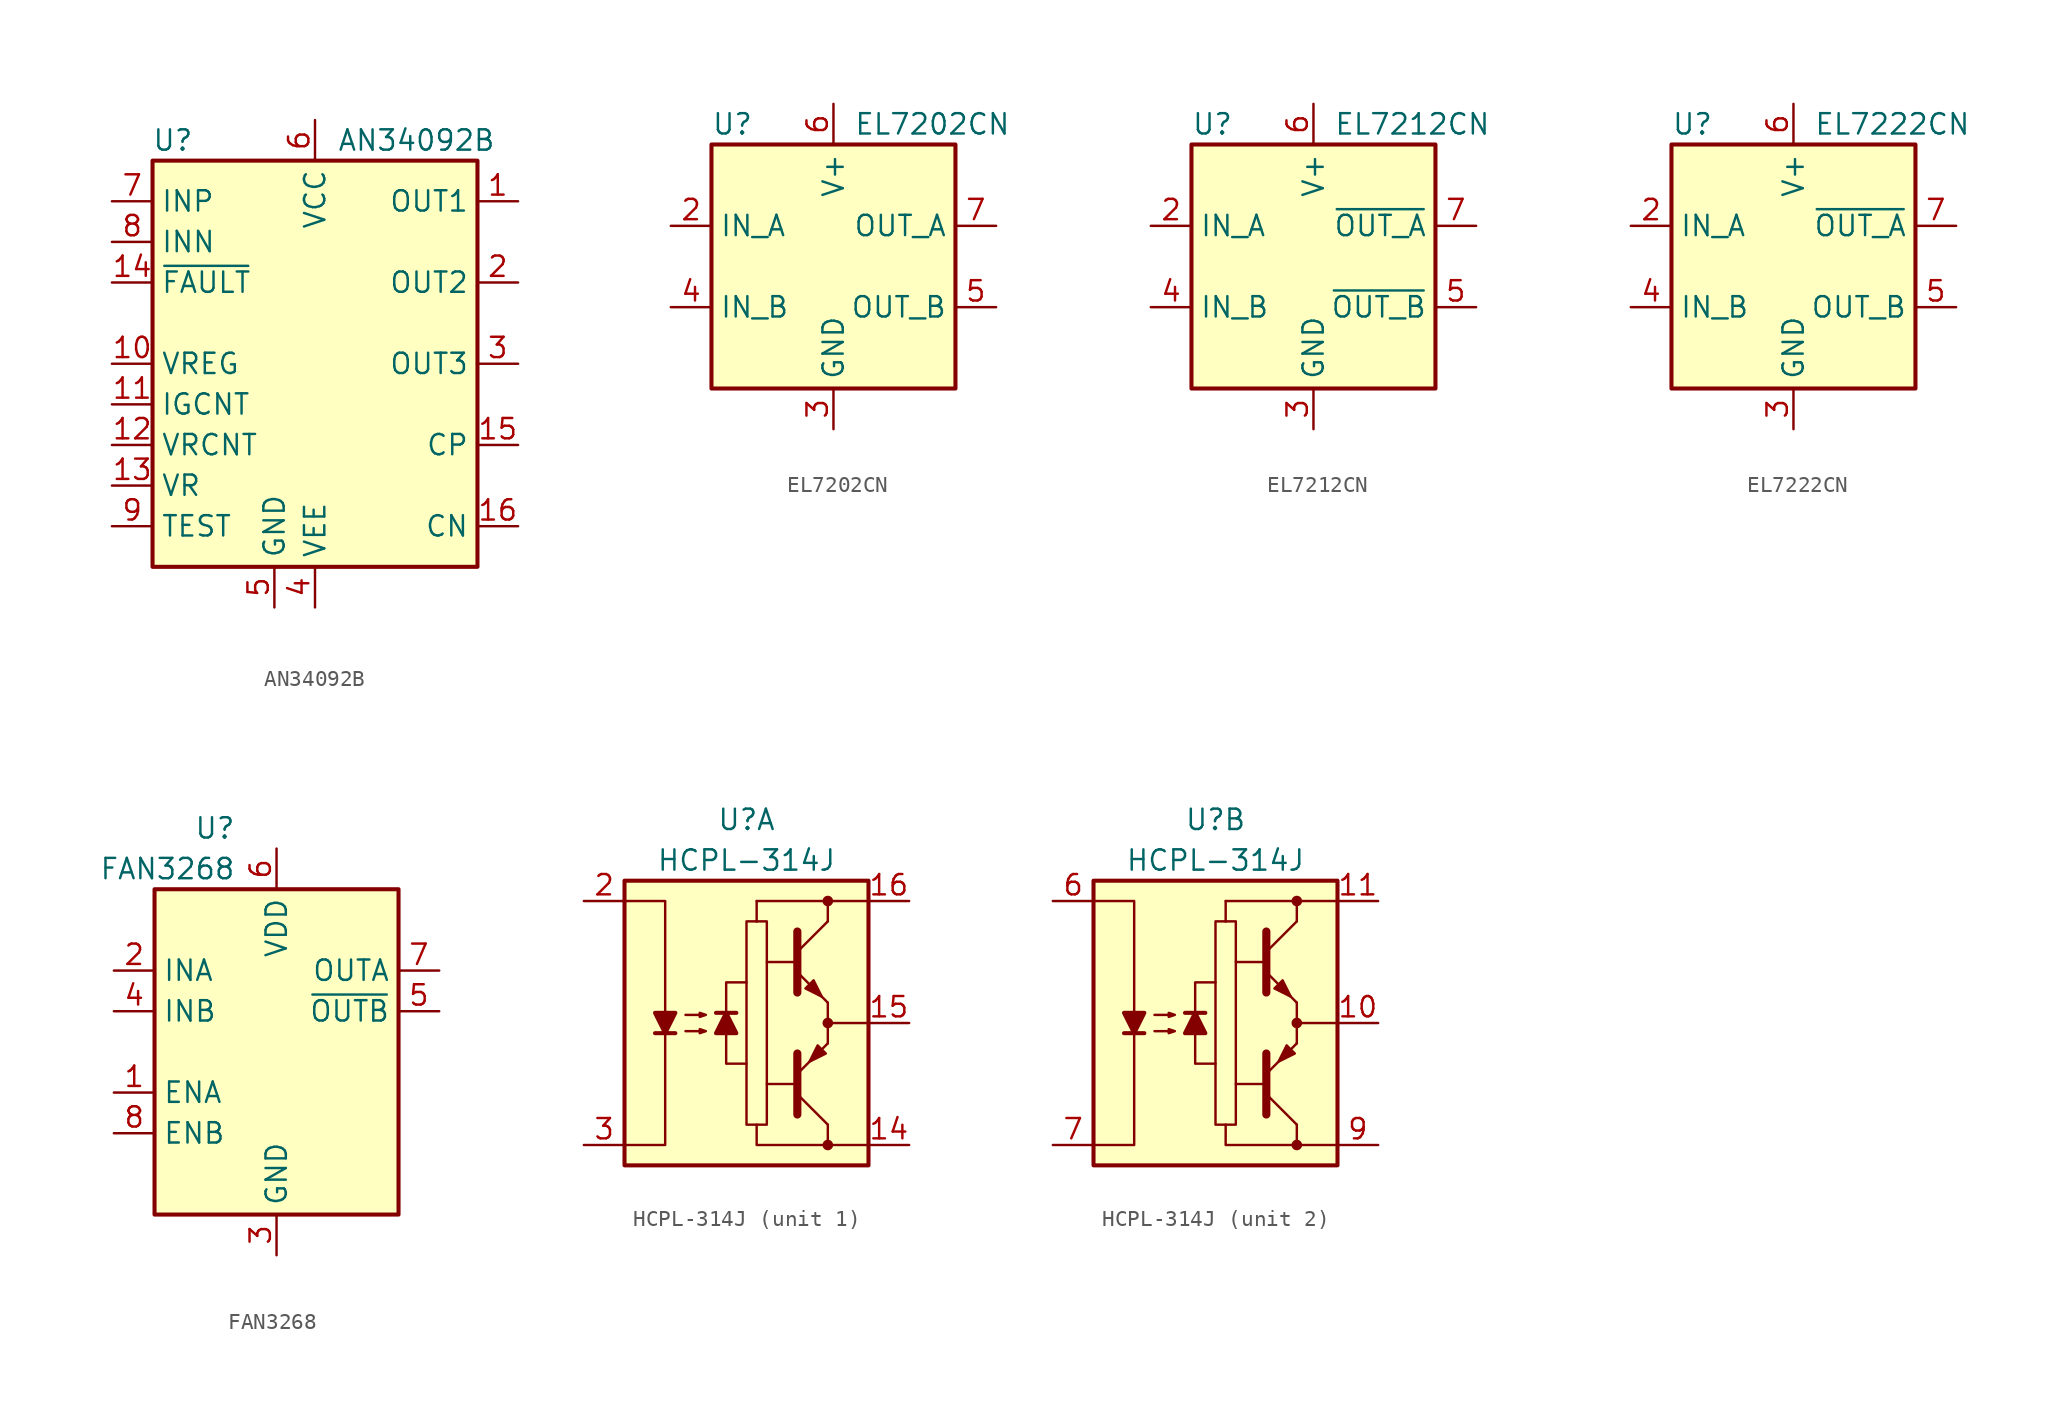
<source format=kicad_sym>
(kicad_symbol_lib
  (version 20201005)
  (generator kicad_symbol_editor)
  (symbol "AN34092B"
    (property "Reference" "U"
      (at -8.89 13.97 0)
      (effects (font (size 1.27 1.27))))
    (property "Value" "AN34092B"
      (at 6.35 13.97 0)
      (effects (font (size 1.27 1.27))))
    (symbol "AN34092B_0_1"
      (rectangle (start -10.16 -12.7) (end 10.16 12.7) (stroke (width 0.254)) (fill (type background))))
    (symbol "AN34092B_1_1"
      (pin output line (at 12.7 10.16 180) (length 2.54) (name "OUT1" (effects (font (size 1.27 1.27)))) (number "1" (effects (font (size 1.27 1.27)))))
      (pin passive line (at -12.7 0 0) (length 2.54) (name "VREG" (effects (font (size 1.27 1.27)))) (number "10" (effects (font (size 1.27 1.27)))))
      (pin passive line (at -12.7 -2.54 0) (length 2.54) (name "IGCNT" (effects (font (size 1.27 1.27)))) (number "11" (effects (font (size 1.27 1.27)))))
      (pin passive line (at -12.7 -5.08 0) (length 2.54) (name "VRCNT" (effects (font (size 1.27 1.27)))) (number "12" (effects (font (size 1.27 1.27)))))
      (pin passive line (at -12.7 -7.62 0) (length 2.54) (name "VR" (effects (font (size 1.27 1.27)))) (number "13" (effects (font (size 1.27 1.27)))))
      (pin open_collector line (at -12.7 5.08 0) (length 2.54) (name "~FAULT" (effects (font (size 1.27 1.27)))) (number "14" (effects (font (size 1.27 1.27)))))
      (pin passive line (at 12.7 -5.08 180) (length 2.54) (name "CP" (effects (font (size 1.27 1.27)))) (number "15" (effects (font (size 1.27 1.27)))))
      (pin passive line (at 12.7 -10.16 180) (length 2.54) (name "CN" (effects (font (size 1.27 1.27)))) (number "16" (effects (font (size 1.27 1.27)))))
      (pin passive line (at -2.54 -15.24 90) (length 2.54) hide (name "GND" (effects (font (size 1.27 1.27)))) (number "17" (effects (font (size 1.27 1.27)))))
      (pin output line (at 12.7 5.08 180) (length 2.54) (name "OUT2" (effects (font (size 1.27 1.27)))) (number "2" (effects (font (size 1.27 1.27)))))
      (pin output line (at 12.7 0 180) (length 2.54) (name "OUT3" (effects (font (size 1.27 1.27)))) (number "3" (effects (font (size 1.27 1.27)))))
      (pin power_in line (at 0 -15.24 90) (length 2.54) (name "VEE" (effects (font (size 1.27 1.27)))) (number "4" (effects (font (size 1.27 1.27)))))
      (pin power_in line (at -2.54 -15.24 90) (length 2.54) (name "GND" (effects (font (size 1.27 1.27)))) (number "5" (effects (font (size 1.27 1.27)))))
      (pin power_in line (at 0 15.24 270) (length 2.54) (name "VCC" (effects (font (size 1.27 1.27)))) (number "6" (effects (font (size 1.27 1.27)))))
      (pin input line (at -12.7 10.16 0) (length 2.54) (name "INP" (effects (font (size 1.27 1.27)))) (number "7" (effects (font (size 1.27 1.27)))))
      (pin input line (at -12.7 7.62 0) (length 2.54) (name "INN" (effects (font (size 1.27 1.27)))) (number "8" (effects (font (size 1.27 1.27)))))
      (pin passive line (at -12.7 -10.16 0) (length 2.54) (name "TEST" (effects (font (size 1.27 1.27)))) (number "9" (effects (font (size 1.27 1.27)))))))
  (symbol "EL7202CN"
    (property "Reference" "U"
      (at -7.62 8.89 0)
      (effects (font (size 1.27 1.27)) (justify left)))
    (property "Value" "EL7202CN"
      (at 1.27 8.89 0)
      (effects (font (size 1.27 1.27)) (justify left)))
    (symbol "EL7202CN_0_1"
      (rectangle (start -7.62 -7.62) (end 7.62 7.62) (stroke (width 0.254)) (fill (type background))))
    (symbol "EL7202CN_1_1"
      (pin no_connect line (at -7.62 0 0) (length 2.54) hide (name "NC" (effects (font (size 1.27 1.27)))) (number "1" (effects (font (size 1.27 1.27)))))
      (pin input line (at -10.16 2.54 0) (length 2.54) (name "IN_A" (effects (font (size 1.27 1.27)))) (number "2" (effects (font (size 1.27 1.27)))))
      (pin power_in line (at 0 -10.16 90) (length 2.54) (name "GND" (effects (font (size 1.27 1.27)))) (number "3" (effects (font (size 1.27 1.27)))))
      (pin input line (at -10.16 -2.54 0) (length 2.54) (name "IN_B" (effects (font (size 1.27 1.27)))) (number "4" (effects (font (size 1.27 1.27)))))
      (pin output line (at 10.16 -2.54 180) (length 2.54) (name "OUT_B" (effects (font (size 1.27 1.27)))) (number "5" (effects (font (size 1.27 1.27)))))
      (pin power_in line (at 0 10.16 270) (length 2.54) (name "V+" (effects (font (size 1.27 1.27)))) (number "6" (effects (font (size 1.27 1.27)))))
      (pin output line (at 10.16 2.54 180) (length 2.54) (name "OUT_A" (effects (font (size 1.27 1.27)))) (number "7" (effects (font (size 1.27 1.27)))))
      (pin no_connect line (at 7.62 0 180) (length 2.54) hide (name "NC" (effects (font (size 1.27 1.27)))) (number "8" (effects (font (size 1.27 1.27)))))))
  (symbol "EL7212CN"
    (property "Reference" "U"
      (at -7.62 8.89 0)
      (effects (font (size 1.27 1.27)) (justify left)))
    (property "Value" "EL7212CN"
      (at 1.27 8.89 0)
      (effects (font (size 1.27 1.27)) (justify left)))
    (symbol "EL7212CN_0_1"
      (rectangle (start -7.62 -7.62) (end 7.62 7.62) (stroke (width 0.254)) (fill (type background))))
    (symbol "EL7212CN_1_1"
      (pin no_connect line (at -7.62 0 0) (length 2.54) hide (name "NC" (effects (font (size 1.27 1.27)))) (number "1" (effects (font (size 1.27 1.27)))))
      (pin input line (at -10.16 2.54 0) (length 2.54) (name "IN_A" (effects (font (size 1.27 1.27)))) (number "2" (effects (font (size 1.27 1.27)))))
      (pin power_in line (at 0 -10.16 90) (length 2.54) (name "GND" (effects (font (size 1.27 1.27)))) (number "3" (effects (font (size 1.27 1.27)))))
      (pin input line (at -10.16 -2.54 0) (length 2.54) (name "IN_B" (effects (font (size 1.27 1.27)))) (number "4" (effects (font (size 1.27 1.27)))))
      (pin output line (at 10.16 -2.54 180) (length 2.54) (name "~OUT_B" (effects (font (size 1.27 1.27)))) (number "5" (effects (font (size 1.27 1.27)))))
      (pin power_in line (at 0 10.16 270) (length 2.54) (name "V+" (effects (font (size 1.27 1.27)))) (number "6" (effects (font (size 1.27 1.27)))))
      (pin output line (at 10.16 2.54 180) (length 2.54) (name "~OUT_A" (effects (font (size 1.27 1.27)))) (number "7" (effects (font (size 1.27 1.27)))))
      (pin no_connect line (at 7.62 0 180) (length 2.54) hide (name "NC" (effects (font (size 1.27 1.27)))) (number "8" (effects (font (size 1.27 1.27)))))))
  (symbol "EL7222CN"
    (property "Reference" "U"
      (at -7.62 8.89 0)
      (effects (font (size 1.27 1.27)) (justify left)))
    (property "Value" "EL7222CN"
      (at 1.27 8.89 0)
      (effects (font (size 1.27 1.27)) (justify left)))
    (symbol "EL7222CN_0_1"
      (rectangle (start -7.62 -7.62) (end 7.62 7.62) (stroke (width 0.254)) (fill (type background))))
    (symbol "EL7222CN_1_1"
      (pin no_connect line (at -7.62 0 0) (length 2.54) hide (name "NC" (effects (font (size 1.27 1.27)))) (number "1" (effects (font (size 1.27 1.27)))))
      (pin input line (at -10.16 2.54 0) (length 2.54) (name "IN_A" (effects (font (size 1.27 1.27)))) (number "2" (effects (font (size 1.27 1.27)))))
      (pin power_in line (at 0 -10.16 90) (length 2.54) (name "GND" (effects (font (size 1.27 1.27)))) (number "3" (effects (font (size 1.27 1.27)))))
      (pin input line (at -10.16 -2.54 0) (length 2.54) (name "IN_B" (effects (font (size 1.27 1.27)))) (number "4" (effects (font (size 1.27 1.27)))))
      (pin output line (at 10.16 -2.54 180) (length 2.54) (name "OUT_B" (effects (font (size 1.27 1.27)))) (number "5" (effects (font (size 1.27 1.27)))))
      (pin power_in line (at 0 10.16 270) (length 2.54) (name "V+" (effects (font (size 1.27 1.27)))) (number "6" (effects (font (size 1.27 1.27)))))
      (pin output line (at 10.16 2.54 180) (length 2.54) (name "~OUT_A" (effects (font (size 1.27 1.27)))) (number "7" (effects (font (size 1.27 1.27)))))
      (pin no_connect line (at 7.62 0 180) (length 2.54) hide (name "NC" (effects (font (size 1.27 1.27)))) (number "8" (effects (font (size 1.27 1.27)))))))
  (symbol "FAN3268"
    (property "Reference" "U"
      (at -2.54 13.97 0)
      (effects (font (size 1.27 1.27)) (justify right)))
    (property "Value" "FAN3268"
      (at -2.54 11.43 0)
      (effects (font (size 1.27 1.27)) (justify right)))
    (symbol "FAN3268_0_1"
      (rectangle (start -7.62 10.16) (end 7.62 -10.16) (stroke (width 0.254)) (fill (type background))))
    (symbol "FAN3268_1_1"
      (pin input line (at -10.16 -2.54 0) (length 2.54) (name "ENA" (effects (font (size 1.27 1.27)))) (number "1" (effects (font (size 1.27 1.27)))))
      (pin input line (at -10.16 5.08 0) (length 2.54) (name "INA" (effects (font (size 1.27 1.27)))) (number "2" (effects (font (size 1.27 1.27)))))
      (pin power_in line (at 0 -12.7 90) (length 2.54) (name "GND" (effects (font (size 1.27 1.27)))) (number "3" (effects (font (size 1.27 1.27)))))
      (pin input line (at -10.16 2.54 0) (length 2.54) (name "INB" (effects (font (size 1.27 1.27)))) (number "4" (effects (font (size 1.27 1.27)))))
      (pin output line (at 10.16 2.54 180) (length 2.54) (name "~OUTB~" (effects (font (size 1.27 1.27)))) (number "5" (effects (font (size 1.27 1.27)))))
      (pin power_in line (at 0 12.7 270) (length 2.54) (name "VDD" (effects (font (size 1.27 1.27)))) (number "6" (effects (font (size 1.27 1.27)))))
      (pin output line (at 10.16 5.08 180) (length 2.54) (name "OUTA" (effects (font (size 1.27 1.27)))) (number "7" (effects (font (size 1.27 1.27)))))
      (pin input line (at -10.16 -5.08 0) (length 2.54) (name "ENB" (effects (font (size 1.27 1.27)))) (number "8" (effects (font (size 1.27 1.27)))))))
  (symbol "HCPL-314J"
    (pin_names hide)
    (property "Reference" "U"
      (at 0 12.7 0)
      (effects (font (size 1.27 1.27))))
    (property "Value" "HCPL-314J"
      (at 0 10.16 0)
      (effects (font (size 1.27 1.27))))
    (symbol "HCPL-314J_0_1"
      (circle (center 5.08 -7.62) (radius 0.254) (stroke (width 0)) (fill (type outline)))
      (circle (center 5.08 0) (radius 0.254) (stroke (width 0)) (fill (type outline)))
      (circle (center 5.08 7.62) (radius 0.254) (stroke (width 0)) (fill (type outline)))
      (rectangle (start -7.62 8.89) (end 7.62 -8.89) (stroke (width 0.254)) (fill (type background)))
      (rectangle (start 0.635 6.35) (end 0.635 6.35) (stroke (width 0)) (fill (type none)))
      (rectangle (start 0.635 6.35) (end 0.635 7.62) (stroke (width 0)) (fill (type none)))
      (rectangle (start 5.08 1.27) (end 5.08 -1.27) (stroke (width 0)) (fill (type none)))
      (polyline (pts (xy -5.715 -0.635) (xy -4.445 -0.635)) (stroke (width 0.254)) (fill (type none)))
      (polyline (pts (xy -0.635 0.635) (xy -1.905 0.635)) (stroke (width 0.254)) (fill (type none)))
      (polyline (pts (xy 3.048 -3.81) (xy 1.27 -3.81)) (stroke (width 0)) (fill (type none)))
      (polyline (pts (xy 3.048 3.81) (xy 1.27 3.81)) (stroke (width 0)) (fill (type none)))
      (polyline (pts (xy 3.175 -4.445) (xy 5.08 -6.35)) (stroke (width 0)) (fill (type none)))
      (polyline (pts (xy 3.175 4.445) (xy 5.08 6.35)) (stroke (width 0)) (fill (type none)))
      (polyline (pts (xy 5.08 -6.35) (xy 5.08 -7.62)) (stroke (width 0)) (fill (type none)))
      (polyline (pts (xy 5.08 -1.27) (xy 3.175 -3.175)) (stroke (width 0)) (fill (type outline)))
      (polyline (pts (xy 5.08 0) (xy 7.62 0)) (stroke (width 0)) (fill (type none)))
      (polyline (pts (xy 5.08 1.27) (xy 3.175 3.175)) (stroke (width 0)) (fill (type outline)))
      (polyline (pts (xy 5.08 6.35) (xy 5.08 7.62)) (stroke (width 0)) (fill (type none)))
      (polyline (pts (xy 7.62 7.62) (xy 0.635 7.62)) (stroke (width 0)) (fill (type none)))
      (polyline (pts (xy -1.27 -0.635) (xy -1.27 -2.54) (xy 0 -2.54)) (stroke (width 0)) (fill (type none)))
      (polyline (pts (xy -1.27 0.635) (xy -1.27 2.54) (xy 0 2.54)) (stroke (width 0)) (fill (type none)))
      (polyline (pts (xy 0.635 -6.35) (xy 0.635 -7.62) (xy 7.62 -7.62)) (stroke (width 0)) (fill (type none)))
      (polyline (pts (xy 3.175 -5.715) (xy 3.175 -1.905) (xy 3.175 -1.905)) (stroke (width 0.508)) (fill (type none)))
      (polyline (pts (xy 3.175 5.715) (xy 3.175 1.905) (xy 3.175 1.905)) (stroke (width 0.508)) (fill (type none)))
      (polyline (pts (xy -7.62 7.62) (xy -5.08 7.62) (xy -5.08 -7.62) (xy -7.62 -7.62)) (stroke (width 0)) (fill (type none)))
      (polyline (pts (xy -5.08 -0.635) (xy -5.715 0.635) (xy -4.445 0.635) (xy -5.08 -0.635)) (stroke (width 0.254)) (fill (type outline)))
      (polyline (pts (xy -1.27 0.635) (xy -0.635 -0.635) (xy -1.905 -0.635) (xy -1.27 0.635)) (stroke (width 0.254)) (fill (type outline)))
      (polyline (pts (xy -3.81 -0.508) (xy -2.54 -0.508) (xy -2.921 -0.635) (xy -2.921 -0.381) (xy -2.54 -0.508)) (stroke (width 0)) (fill (type none)))
      (polyline (pts (xy -3.81 0.508) (xy -2.54 0.508) (xy -2.921 0.381) (xy -2.921 0.635) (xy -2.54 0.508)) (stroke (width 0)) (fill (type none)))
      (polyline (pts (xy 1.27 6.35) (xy 1.27 -6.35) (xy 0 -6.35) (xy 0 6.35) (xy 1.27 6.35)) (stroke (width 0)) (fill (type none)))
      (polyline (pts (xy 3.683 2.159) (xy 4.191 2.667) (xy 4.699 1.651) (xy 3.683 2.159) (xy 3.683 2.159)) (stroke (width 0)) (fill (type outline)))
      (polyline (pts (xy 4.953 -1.905) (xy 4.445 -1.397) (xy 3.937 -2.413) (xy 4.953 -1.905) (xy 4.953 -1.905)) (stroke (width 0)) (fill (type outline))))
    (symbol "HCPL-314J_1_1"
      (pin no_connect line (at -7.62 0 0) (length 2.54) hide (name "NC" (effects (font (size 1.27 1.27)))) (number "1" (effects (font (size 1.27 1.27)))))
      (pin power_out line (at 10.16 -7.62 180) (length 2.54) (name "VEE" (effects (font (size 1.27 1.27)))) (number "14" (effects (font (size 1.27 1.27)))))
      (pin output line (at 10.16 0 180) (length 2.54) (name "VO" (effects (font (size 1.27 1.27)))) (number "15" (effects (font (size 1.27 1.27)))))
      (pin power_in line (at 10.16 7.62 180) (length 2.54) (name "VCC" (effects (font (size 1.27 1.27)))) (number "16" (effects (font (size 1.27 1.27)))))
      (pin passive line (at -10.16 7.62 0) (length 2.54) (name "A" (effects (font (size 1.27 1.27)))) (number "2" (effects (font (size 1.27 1.27)))))
      (pin passive line (at -10.16 -7.62 0) (length 2.54) (name "C" (effects (font (size 1.27 1.27)))) (number "3" (effects (font (size 1.27 1.27))))))
    (symbol "HCPL-314J_2_1"
      (pin output line (at 10.16 0 180) (length 2.54) (name "VO" (effects (font (size 1.27 1.27)))) (number "10" (effects (font (size 1.27 1.27)))))
      (pin power_in line (at 10.16 7.62 180) (length 2.54) (name "VCC" (effects (font (size 1.27 1.27)))) (number "11" (effects (font (size 1.27 1.27)))))
      (pin passive line (at -10.16 7.62 0) (length 2.54) (name "A" (effects (font (size 1.27 1.27)))) (number "6" (effects (font (size 1.27 1.27)))))
      (pin passive line (at -10.16 -7.62 0) (length 2.54) (name "C" (effects (font (size 1.27 1.27)))) (number "7" (effects (font (size 1.27 1.27)))))
      (pin no_connect line (at -7.62 0 0) (length 2.54) hide (name "NC" (effects (font (size 1.27 1.27)))) (number "8" (effects (font (size 1.27 1.27)))))
      (pin power_out line (at 10.16 -7.62 180) (length 2.54) (name "VEE" (effects (font (size 1.27 1.27)))) (number "9" (effects (font (size 1.27 1.27))))))))
</source>
